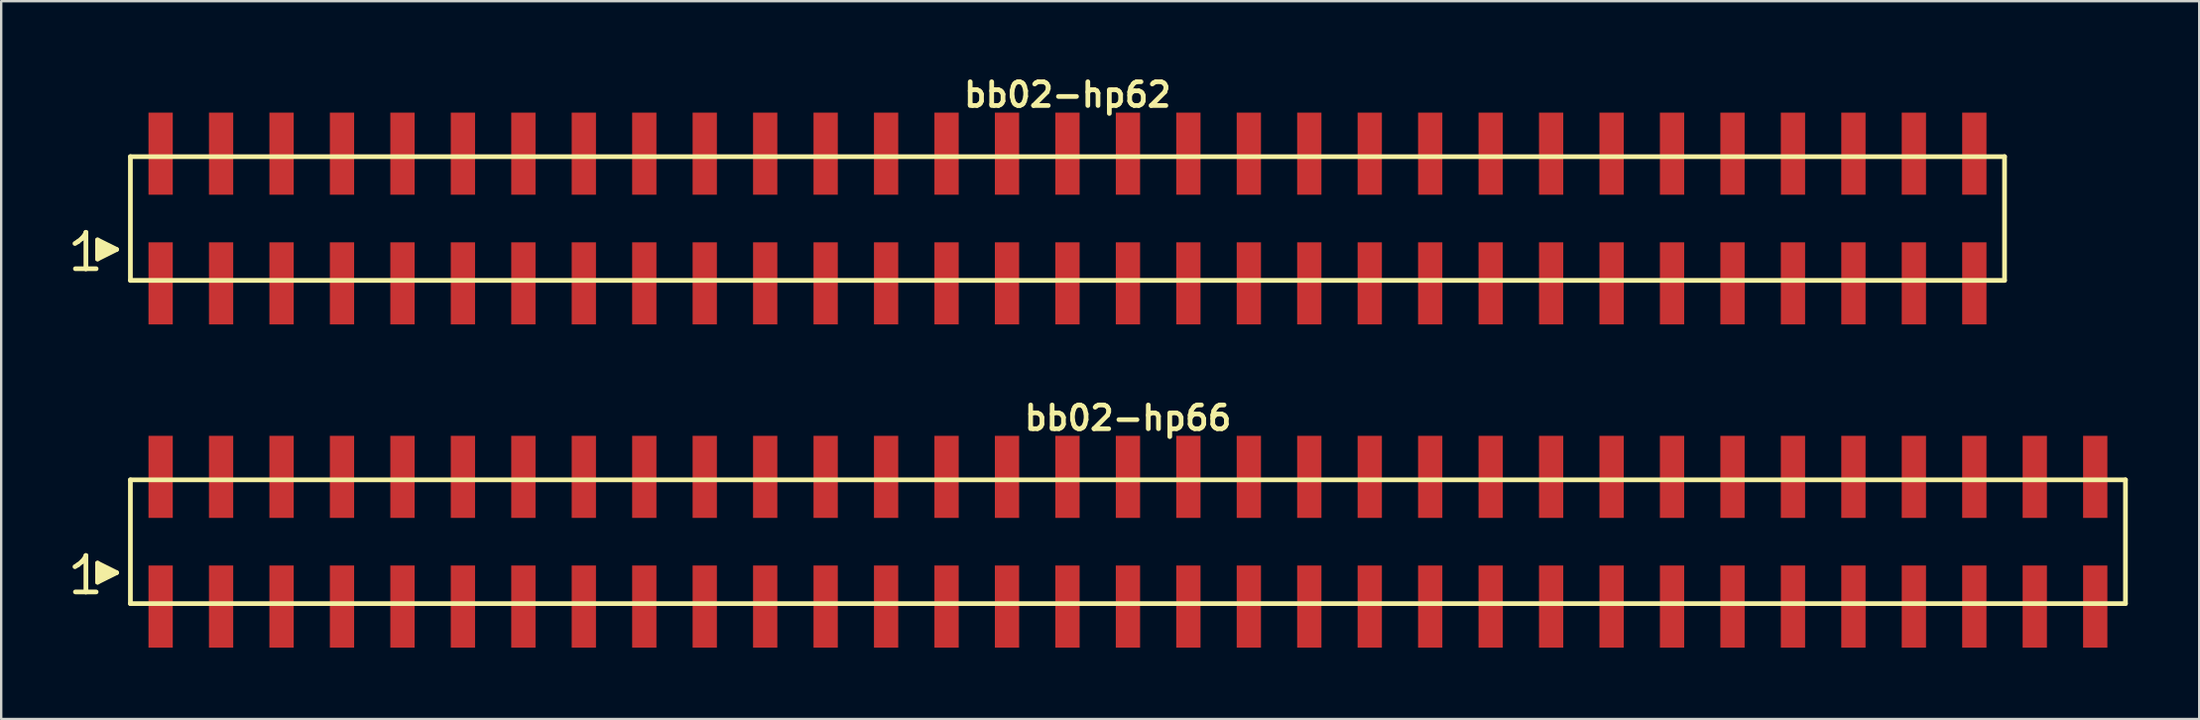
<source format=kicad_pcb>
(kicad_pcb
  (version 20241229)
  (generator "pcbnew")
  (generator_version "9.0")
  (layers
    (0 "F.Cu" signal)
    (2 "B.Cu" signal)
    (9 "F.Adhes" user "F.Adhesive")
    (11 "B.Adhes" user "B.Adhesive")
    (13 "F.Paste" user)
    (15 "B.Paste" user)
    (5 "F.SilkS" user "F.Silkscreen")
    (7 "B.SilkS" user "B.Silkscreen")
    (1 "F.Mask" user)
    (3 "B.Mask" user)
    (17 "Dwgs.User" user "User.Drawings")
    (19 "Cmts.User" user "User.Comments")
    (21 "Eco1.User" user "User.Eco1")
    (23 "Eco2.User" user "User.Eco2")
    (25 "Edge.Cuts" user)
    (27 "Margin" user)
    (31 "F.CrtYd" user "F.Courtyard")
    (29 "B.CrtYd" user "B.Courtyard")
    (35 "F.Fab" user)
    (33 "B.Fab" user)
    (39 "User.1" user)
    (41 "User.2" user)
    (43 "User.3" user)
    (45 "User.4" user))
  (footprint "bb02-hp62"
    (layer "F.Cu")
    (at 41.799 6.132)
    (property "Reference" "bb02-hp62" (at 0 -5.2 0) (layer "F.SilkS") (effects (font (size 0.998 0.998) (thickness 0.198))))
    (attr through_hole)
    (fp_line (start -41.7 1.05) (end -41.57 0.97) (stroke (width 0.198) (type solid)) (layer "F.SilkS"))
    (fp_line (start -41.57 0.97) (end -41.41 0.84) (stroke (width 0.198) (type solid)) (layer "F.SilkS"))
    (fp_line (start -41.41 0.84) (end -41.27 0.67) (stroke (width 0.198) (type solid)) (layer "F.SilkS"))
    (fp_line (start -41.27 0.67) (end -41.24 0.58) (stroke (width 0.198) (type solid)) (layer "F.SilkS"))
    (fp_line (start -41.24 0.58) (end -41.24 2.11) (stroke (width 0.198) (type solid)) (layer "F.SilkS"))
    (fp_line (start -41.24 2.11) (end -41.68 2.11) (stroke (width 0.198) (type solid)) (layer "F.SilkS"))
    (fp_line (start -40.81 2.11) (end -41.25 2.11) (stroke (width 0.198) (type solid)) (layer "F.SilkS"))
    (fp_line (start -40.75 0.9) (end -39.95 1.3) (stroke (width 0.198) (type solid)) (layer "F.SilkS"))
    (fp_line (start -40.75 1.7) (end -40.75 0.9) (stroke (width 0.198) (type solid)) (layer "F.SilkS"))
    (fp_line (start -40.65 1.6) (end -40.65 1) (stroke (width 0.198) (type solid)) (layer "F.SilkS"))
    (fp_line (start -40.55 1.1) (end -40.55 1.5) (stroke (width 0.198) (type solid)) (layer "F.SilkS"))
    (fp_line (start -40.45 1.5) (end -40.45 1.1) (stroke (width 0.198) (type solid)) (layer "F.SilkS"))
    (fp_line (start -40.35 1.2) (end -40.35 1.4) (stroke (width 0.198) (type solid)) (layer "F.SilkS"))
    (fp_line (start -40.25 1.4) (end -40.25 1.2) (stroke (width 0.198) (type solid)) (layer "F.SilkS"))
    (fp_line (start -39.95 1.3) (end -40.75 1.7) (stroke (width 0.198) (type solid)) (layer "F.SilkS"))
    (fp_line (start -39.37 -2.6) (end -39.37 2.6) (stroke (width 0.198) (type solid)) (layer "F.SilkS"))
    (fp_line (start -39.37 -2.6) (end 39.37 -2.6) (stroke (width 0.198) (type solid)) (layer "F.SilkS"))
    (fp_line (start 39.37 2.6) (end -39.37 2.6) (stroke (width 0.198) (type solid)) (layer "F.SilkS"))
    (fp_line (start 39.37 2.6) (end 39.37 -2.6) (stroke (width 0.198) (type solid)) (layer "F.SilkS"))
    (pad "1" smd rect (at -38.1 2.725) (size 1.02 3.45) (layers "F.Cu" "F.Mask" "F.Paste"))
    (pad "2" smd rect (at -38.1 -2.725) (size 1.02 3.45) (layers "F.Cu" "F.Mask" "F.Paste"))
    (pad "3" smd rect (at -35.56 2.725) (size 1.02 3.45) (layers "F.Cu" "F.Mask" "F.Paste"))
    (pad "4" smd rect (at -35.56 -2.725) (size 1.02 3.45) (layers "F.Cu" "F.Mask" "F.Paste"))
    (pad "5" smd rect (at -33.02 2.725) (size 1.02 3.45) (layers "F.Cu" "F.Mask" "F.Paste"))
    (pad "6" smd rect (at -33.02 -2.725) (size 1.02 3.45) (layers "F.Cu" "F.Mask" "F.Paste"))
    (pad "7" smd rect (at -30.48 2.725) (size 1.02 3.45) (layers "F.Cu" "F.Mask" "F.Paste"))
    (pad "8" smd rect (at -30.48 -2.725) (size 1.02 3.45) (layers "F.Cu" "F.Mask" "F.Paste"))
    (pad "9" smd rect (at -27.94 2.725) (size 1.02 3.45) (layers "F.Cu" "F.Mask" "F.Paste"))
    (pad "10" smd rect (at -27.94 -2.725) (size 1.02 3.45) (layers "F.Cu" "F.Mask" "F.Paste"))
    (pad "11" smd rect (at -25.4 2.725) (size 1.02 3.45) (layers "F.Cu" "F.Mask" "F.Paste"))
    (pad "12" smd rect (at -25.4 -2.725) (size 1.02 3.45) (layers "F.Cu" "F.Mask" "F.Paste"))
    (pad "13" smd rect (at -22.86 2.725) (size 1.02 3.45) (layers "F.Cu" "F.Mask" "F.Paste"))
    (pad "14" smd rect (at -22.86 -2.725) (size 1.02 3.45) (layers "F.Cu" "F.Mask" "F.Paste"))
    (pad "15" smd rect (at -20.32 2.725) (size 1.02 3.45) (layers "F.Cu" "F.Mask" "F.Paste"))
    (pad "16" smd rect (at -20.32 -2.725) (size 1.02 3.45) (layers "F.Cu" "F.Mask" "F.Paste"))
    (pad "17" smd rect (at -17.78 2.725) (size 1.02 3.45) (layers "F.Cu" "F.Mask" "F.Paste"))
    (pad "18" smd rect (at -17.78 -2.725) (size 1.02 3.45) (layers "F.Cu" "F.Mask" "F.Paste"))
    (pad "19" smd rect (at -15.24 2.725) (size 1.02 3.45) (layers "F.Cu" "F.Mask" "F.Paste"))
    (pad "20" smd rect (at -15.24 -2.725) (size 1.02 3.45) (layers "F.Cu" "F.Mask" "F.Paste"))
    (pad "21" smd rect (at -12.7 2.725) (size 1.02 3.45) (layers "F.Cu" "F.Mask" "F.Paste"))
    (pad "22" smd rect (at -12.7 -2.725) (size 1.02 3.45) (layers "F.Cu" "F.Mask" "F.Paste"))
    (pad "23" smd rect (at -10.16 2.725) (size 1.02 3.45) (layers "F.Cu" "F.Mask" "F.Paste"))
    (pad "24" smd rect (at -10.16 -2.725) (size 1.02 3.45) (layers "F.Cu" "F.Mask" "F.Paste"))
    (pad "25" smd rect (at -7.62 2.725) (size 1.02 3.45) (layers "F.Cu" "F.Mask" "F.Paste"))
    (pad "26" smd rect (at -7.62 -2.725) (size 1.02 3.45) (layers "F.Cu" "F.Mask" "F.Paste"))
    (pad "27" smd rect (at -5.08 2.725) (size 1.02 3.45) (layers "F.Cu" "F.Mask" "F.Paste"))
    (pad "28" smd rect (at -5.08 -2.725) (size 1.02 3.45) (layers "F.Cu" "F.Mask" "F.Paste"))
    (pad "29" smd rect (at -2.54 2.725) (size 1.02 3.45) (layers "F.Cu" "F.Mask" "F.Paste"))
    (pad "30" smd rect (at -2.54 -2.725) (size 1.02 3.45) (layers "F.Cu" "F.Mask" "F.Paste"))
    (pad "31" smd rect (at 0 2.725) (size 1.02 3.45) (layers "F.Cu" "F.Mask" "F.Paste"))
    (pad "32" smd rect (at 0 -2.725) (size 1.02 3.45) (layers "F.Cu" "F.Mask" "F.Paste"))
    (pad "33" smd rect (at 2.54 2.725) (size 1.02 3.45) (layers "F.Cu" "F.Mask" "F.Paste"))
    (pad "34" smd rect (at 2.54 -2.725) (size 1.02 3.45) (layers "F.Cu" "F.Mask" "F.Paste"))
    (pad "35" smd rect (at 5.08 2.725) (size 1.02 3.45) (layers "F.Cu" "F.Mask" "F.Paste"))
    (pad "36" smd rect (at 5.08 -2.725) (size 1.02 3.45) (layers "F.Cu" "F.Mask" "F.Paste"))
    (pad "37" smd rect (at 7.62 2.725) (size 1.02 3.45) (layers "F.Cu" "F.Mask" "F.Paste"))
    (pad "38" smd rect (at 7.62 -2.725) (size 1.02 3.45) (layers "F.Cu" "F.Mask" "F.Paste"))
    (pad "39" smd rect (at 10.16 2.725) (size 1.02 3.45) (layers "F.Cu" "F.Mask" "F.Paste"))
    (pad "40" smd rect (at 10.16 -2.725) (size 1.02 3.45) (layers "F.Cu" "F.Mask" "F.Paste"))
    (pad "41" smd rect (at 12.7 2.725) (size 1.02 3.45) (layers "F.Cu" "F.Mask" "F.Paste"))
    (pad "42" smd rect (at 12.7 -2.725) (size 1.02 3.45) (layers "F.Cu" "F.Mask" "F.Paste"))
    (pad "43" smd rect (at 15.24 2.725) (size 1.02 3.45) (layers "F.Cu" "F.Mask" "F.Paste"))
    (pad "44" smd rect (at 15.24 -2.725) (size 1.02 3.45) (layers "F.Cu" "F.Mask" "F.Paste"))
    (pad "45" smd rect (at 17.78 2.725) (size 1.02 3.45) (layers "F.Cu" "F.Mask" "F.Paste"))
    (pad "46" smd rect (at 17.78 -2.725) (size 1.02 3.45) (layers "F.Cu" "F.Mask" "F.Paste"))
    (pad "47" smd rect (at 20.32 2.725) (size 1.02 3.45) (layers "F.Cu" "F.Mask" "F.Paste"))
    (pad "48" smd rect (at 20.32 -2.725) (size 1.02 3.45) (layers "F.Cu" "F.Mask" "F.Paste"))
    (pad "49" smd rect (at 22.86 2.725) (size 1.02 3.45) (layers "F.Cu" "F.Mask" "F.Paste"))
    (pad "50" smd rect (at 22.86 -2.725) (size 1.02 3.45) (layers "F.Cu" "F.Mask" "F.Paste"))
    (pad "51" smd rect (at 25.4 2.725) (size 1.02 3.45) (layers "F.Cu" "F.Mask" "F.Paste"))
    (pad "52" smd rect (at 25.4 -2.725) (size 1.02 3.45) (layers "F.Cu" "F.Mask" "F.Paste"))
    (pad "53" smd rect (at 27.94 2.725) (size 1.02 3.45) (layers "F.Cu" "F.Mask" "F.Paste"))
    (pad "54" smd rect (at 27.94 -2.725) (size 1.02 3.45) (layers "F.Cu" "F.Mask" "F.Paste"))
    (pad "55" smd rect (at 30.48 2.725) (size 1.02 3.45) (layers "F.Cu" "F.Mask" "F.Paste"))
    (pad "56" smd rect (at 30.48 -2.725) (size 1.02 3.45) (layers "F.Cu" "F.Mask" "F.Paste"))
    (pad "57" smd rect (at 33.02 2.725) (size 1.02 3.45) (layers "F.Cu" "F.Mask" "F.Paste"))
    (pad "58" smd rect (at 33.02 -2.725) (size 1.02 3.45) (layers "F.Cu" "F.Mask" "F.Paste"))
    (pad "59" smd rect (at 35.56 2.725) (size 1.02 3.45) (layers "F.Cu" "F.Mask" "F.Paste"))
    (pad "60" smd rect (at 35.56 -2.725) (size 1.02 3.45) (layers "F.Cu" "F.Mask" "F.Paste"))
    (pad "61" smd rect (at 38.1 2.725) (size 1.02 3.45) (layers "F.Cu" "F.Mask" "F.Paste"))
    (pad "62" smd rect (at 38.1 -2.725) (size 1.02 3.45) (layers "F.Cu" "F.Mask" "F.Paste")))
  (footprint "bb02-hp66"
    (layer "F.Cu")
    (at 44.339 19.713)
    (property "Reference" "bb02-hp66" (at 0 -5.2 0) (layer "F.SilkS") (effects (font (size 0.998 0.998) (thickness 0.198))))
    (attr through_hole)
    (fp_line (start -44.24 1.05) (end -44.11 0.97) (stroke (width 0.198) (type solid)) (layer "F.SilkS"))
    (fp_line (start -44.11 0.97) (end -43.95 0.84) (stroke (width 0.198) (type solid)) (layer "F.SilkS"))
    (fp_line (start -43.95 0.84) (end -43.81 0.67) (stroke (width 0.198) (type solid)) (layer "F.SilkS"))
    (fp_line (start -43.81 0.67) (end -43.78 0.58) (stroke (width 0.198) (type solid)) (layer "F.SilkS"))
    (fp_line (start -43.78 0.58) (end -43.78 2.11) (stroke (width 0.198) (type solid)) (layer "F.SilkS"))
    (fp_line (start -43.78 2.11) (end -44.22 2.11) (stroke (width 0.198) (type solid)) (layer "F.SilkS"))
    (fp_line (start -43.35 2.11) (end -43.79 2.11) (stroke (width 0.198) (type solid)) (layer "F.SilkS"))
    (fp_line (start -43.29 0.9) (end -42.49 1.3) (stroke (width 0.198) (type solid)) (layer "F.SilkS"))
    (fp_line (start -43.29 1.7) (end -43.29 0.9) (stroke (width 0.198) (type solid)) (layer "F.SilkS"))
    (fp_line (start -43.19 1.6) (end -43.19 1) (stroke (width 0.198) (type solid)) (layer "F.SilkS"))
    (fp_line (start -43.09 1.1) (end -43.09 1.5) (stroke (width 0.198) (type solid)) (layer "F.SilkS"))
    (fp_line (start -42.99 1.5) (end -42.99 1.1) (stroke (width 0.198) (type solid)) (layer "F.SilkS"))
    (fp_line (start -42.89 1.2) (end -42.89 1.4) (stroke (width 0.198) (type solid)) (layer "F.SilkS"))
    (fp_line (start -42.79 1.4) (end -42.79 1.2) (stroke (width 0.198) (type solid)) (layer "F.SilkS"))
    (fp_line (start -42.49 1.3) (end -43.29 1.7) (stroke (width 0.198) (type solid)) (layer "F.SilkS"))
    (fp_line (start -41.91 -2.6) (end -41.91 2.6) (stroke (width 0.198) (type solid)) (layer "F.SilkS"))
    (fp_line (start -41.91 -2.6) (end 41.91 -2.6) (stroke (width 0.198) (type solid)) (layer "F.SilkS"))
    (fp_line (start 41.91 2.6) (end -41.91 2.6) (stroke (width 0.198) (type solid)) (layer "F.SilkS"))
    (fp_line (start 41.91 2.6) (end 41.91 -2.6) (stroke (width 0.198) (type solid)) (layer "F.SilkS"))
    (pad "1" smd rect (at -40.64 2.725) (size 1.02 3.45) (layers "F.Cu" "F.Mask" "F.Paste"))
    (pad "2" smd rect (at -40.64 -2.725) (size 1.02 3.45) (layers "F.Cu" "F.Mask" "F.Paste"))
    (pad "3" smd rect (at -38.1 2.725) (size 1.02 3.45) (layers "F.Cu" "F.Mask" "F.Paste"))
    (pad "4" smd rect (at -38.1 -2.725) (size 1.02 3.45) (layers "F.Cu" "F.Mask" "F.Paste"))
    (pad "5" smd rect (at -35.56 2.725) (size 1.02 3.45) (layers "F.Cu" "F.Mask" "F.Paste"))
    (pad "6" smd rect (at -35.56 -2.725) (size 1.02 3.45) (layers "F.Cu" "F.Mask" "F.Paste"))
    (pad "7" smd rect (at -33.02 2.725) (size 1.02 3.45) (layers "F.Cu" "F.Mask" "F.Paste"))
    (pad "8" smd rect (at -33.02 -2.725) (size 1.02 3.45) (layers "F.Cu" "F.Mask" "F.Paste"))
    (pad "9" smd rect (at -30.48 2.725) (size 1.02 3.45) (layers "F.Cu" "F.Mask" "F.Paste"))
    (pad "10" smd rect (at -30.48 -2.725) (size 1.02 3.45) (layers "F.Cu" "F.Mask" "F.Paste"))
    (pad "11" smd rect (at -27.94 2.725) (size 1.02 3.45) (layers "F.Cu" "F.Mask" "F.Paste"))
    (pad "12" smd rect (at -27.94 -2.725) (size 1.02 3.45) (layers "F.Cu" "F.Mask" "F.Paste"))
    (pad "13" smd rect (at -25.4 2.725) (size 1.02 3.45) (layers "F.Cu" "F.Mask" "F.Paste"))
    (pad "14" smd rect (at -25.4 -2.725) (size 1.02 3.45) (layers "F.Cu" "F.Mask" "F.Paste"))
    (pad "15" smd rect (at -22.86 2.725) (size 1.02 3.45) (layers "F.Cu" "F.Mask" "F.Paste"))
    (pad "16" smd rect (at -22.86 -2.725) (size 1.02 3.45) (layers "F.Cu" "F.Mask" "F.Paste"))
    (pad "17" smd rect (at -20.32 2.725) (size 1.02 3.45) (layers "F.Cu" "F.Mask" "F.Paste"))
    (pad "18" smd rect (at -20.32 -2.725) (size 1.02 3.45) (layers "F.Cu" "F.Mask" "F.Paste"))
    (pad "19" smd rect (at -17.78 2.725) (size 1.02 3.45) (layers "F.Cu" "F.Mask" "F.Paste"))
    (pad "20" smd rect (at -17.78 -2.725) (size 1.02 3.45) (layers "F.Cu" "F.Mask" "F.Paste"))
    (pad "21" smd rect (at -15.24 2.725) (size 1.02 3.45) (layers "F.Cu" "F.Mask" "F.Paste"))
    (pad "22" smd rect (at -15.24 -2.725) (size 1.02 3.45) (layers "F.Cu" "F.Mask" "F.Paste"))
    (pad "23" smd rect (at -12.7 2.725) (size 1.02 3.45) (layers "F.Cu" "F.Mask" "F.Paste"))
    (pad "24" smd rect (at -12.7 -2.725) (size 1.02 3.45) (layers "F.Cu" "F.Mask" "F.Paste"))
    (pad "25" smd rect (at -10.16 2.725) (size 1.02 3.45) (layers "F.Cu" "F.Mask" "F.Paste"))
    (pad "26" smd rect (at -10.16 -2.725) (size 1.02 3.45) (layers "F.Cu" "F.Mask" "F.Paste"))
    (pad "27" smd rect (at -7.62 2.725) (size 1.02 3.45) (layers "F.Cu" "F.Mask" "F.Paste"))
    (pad "28" smd rect (at -7.62 -2.725) (size 1.02 3.45) (layers "F.Cu" "F.Mask" "F.Paste"))
    (pad "29" smd rect (at -5.08 2.725) (size 1.02 3.45) (layers "F.Cu" "F.Mask" "F.Paste"))
    (pad "30" smd rect (at -5.08 -2.725) (size 1.02 3.45) (layers "F.Cu" "F.Mask" "F.Paste"))
    (pad "31" smd rect (at -2.54 2.725) (size 1.02 3.45) (layers "F.Cu" "F.Mask" "F.Paste"))
    (pad "32" smd rect (at -2.54 -2.725) (size 1.02 3.45) (layers "F.Cu" "F.Mask" "F.Paste"))
    (pad "33" smd rect (at 0 2.725) (size 1.02 3.45) (layers "F.Cu" "F.Mask" "F.Paste"))
    (pad "34" smd rect (at 0 -2.725) (size 1.02 3.45) (layers "F.Cu" "F.Mask" "F.Paste"))
    (pad "35" smd rect (at 2.54 2.725) (size 1.02 3.45) (layers "F.Cu" "F.Mask" "F.Paste"))
    (pad "36" smd rect (at 2.54 -2.725) (size 1.02 3.45) (layers "F.Cu" "F.Mask" "F.Paste"))
    (pad "37" smd rect (at 5.08 2.725) (size 1.02 3.45) (layers "F.Cu" "F.Mask" "F.Paste"))
    (pad "38" smd rect (at 5.08 -2.725) (size 1.02 3.45) (layers "F.Cu" "F.Mask" "F.Paste"))
    (pad "39" smd rect (at 7.62 2.725) (size 1.02 3.45) (layers "F.Cu" "F.Mask" "F.Paste"))
    (pad "40" smd rect (at 7.62 -2.725) (size 1.02 3.45) (layers "F.Cu" "F.Mask" "F.Paste"))
    (pad "41" smd rect (at 10.16 2.725) (size 1.02 3.45) (layers "F.Cu" "F.Mask" "F.Paste"))
    (pad "42" smd rect (at 10.16 -2.725) (size 1.02 3.45) (layers "F.Cu" "F.Mask" "F.Paste"))
    (pad "43" smd rect (at 12.7 2.725) (size 1.02 3.45) (layers "F.Cu" "F.Mask" "F.Paste"))
    (pad "44" smd rect (at 12.7 -2.725) (size 1.02 3.45) (layers "F.Cu" "F.Mask" "F.Paste"))
    (pad "45" smd rect (at 15.24 2.725) (size 1.02 3.45) (layers "F.Cu" "F.Mask" "F.Paste"))
    (pad "46" smd rect (at 15.24 -2.725) (size 1.02 3.45) (layers "F.Cu" "F.Mask" "F.Paste"))
    (pad "47" smd rect (at 17.78 2.725) (size 1.02 3.45) (layers "F.Cu" "F.Mask" "F.Paste"))
    (pad "48" smd rect (at 17.78 -2.725) (size 1.02 3.45) (layers "F.Cu" "F.Mask" "F.Paste"))
    (pad "49" smd rect (at 20.32 2.725) (size 1.02 3.45) (layers "F.Cu" "F.Mask" "F.Paste"))
    (pad "50" smd rect (at 20.32 -2.725) (size 1.02 3.45) (layers "F.Cu" "F.Mask" "F.Paste"))
    (pad "51" smd rect (at 22.86 2.725) (size 1.02 3.45) (layers "F.Cu" "F.Mask" "F.Paste"))
    (pad "52" smd rect (at 22.86 -2.725) (size 1.02 3.45) (layers "F.Cu" "F.Mask" "F.Paste"))
    (pad "53" smd rect (at 25.4 2.725) (size 1.02 3.45) (layers "F.Cu" "F.Mask" "F.Paste"))
    (pad "54" smd rect (at 25.4 -2.725) (size 1.02 3.45) (layers "F.Cu" "F.Mask" "F.Paste"))
    (pad "55" smd rect (at 27.94 2.725) (size 1.02 3.45) (layers "F.Cu" "F.Mask" "F.Paste"))
    (pad "56" smd rect (at 27.94 -2.725) (size 1.02 3.45) (layers "F.Cu" "F.Mask" "F.Paste"))
    (pad "57" smd rect (at 30.48 2.725) (size 1.02 3.45) (layers "F.Cu" "F.Mask" "F.Paste"))
    (pad "58" smd rect (at 30.48 -2.725) (size 1.02 3.45) (layers "F.Cu" "F.Mask" "F.Paste"))
    (pad "59" smd rect (at 33.02 2.725) (size 1.02 3.45) (layers "F.Cu" "F.Mask" "F.Paste"))
    (pad "60" smd rect (at 33.02 -2.725) (size 1.02 3.45) (layers "F.Cu" "F.Mask" "F.Paste"))
    (pad "61" smd rect (at 35.56 2.725) (size 1.02 3.45) (layers "F.Cu" "F.Mask" "F.Paste"))
    (pad "62" smd rect (at 35.56 -2.725) (size 1.02 3.45) (layers "F.Cu" "F.Mask" "F.Paste"))
    (pad "63" smd rect (at 38.1 2.725) (size 1.02 3.45) (layers "F.Cu" "F.Mask" "F.Paste"))
    (pad "64" smd rect (at 38.1 -2.725) (size 1.02 3.45) (layers "F.Cu" "F.Mask" "F.Paste"))
    (pad "65" smd rect (at 40.64 2.725) (size 1.02 3.45) (layers "F.Cu" "F.Mask" "F.Paste"))
    (pad "66" smd rect (at 40.64 -2.725) (size 1.02 3.45) (layers "F.Cu" "F.Mask" "F.Paste")))
  (gr_rect
    (start -3 -3)
    (end 89.348 27.163)
    (stroke (width 0.1) (type default))
    (fill no)
    (layer "Edge.Cuts")))
</source>
